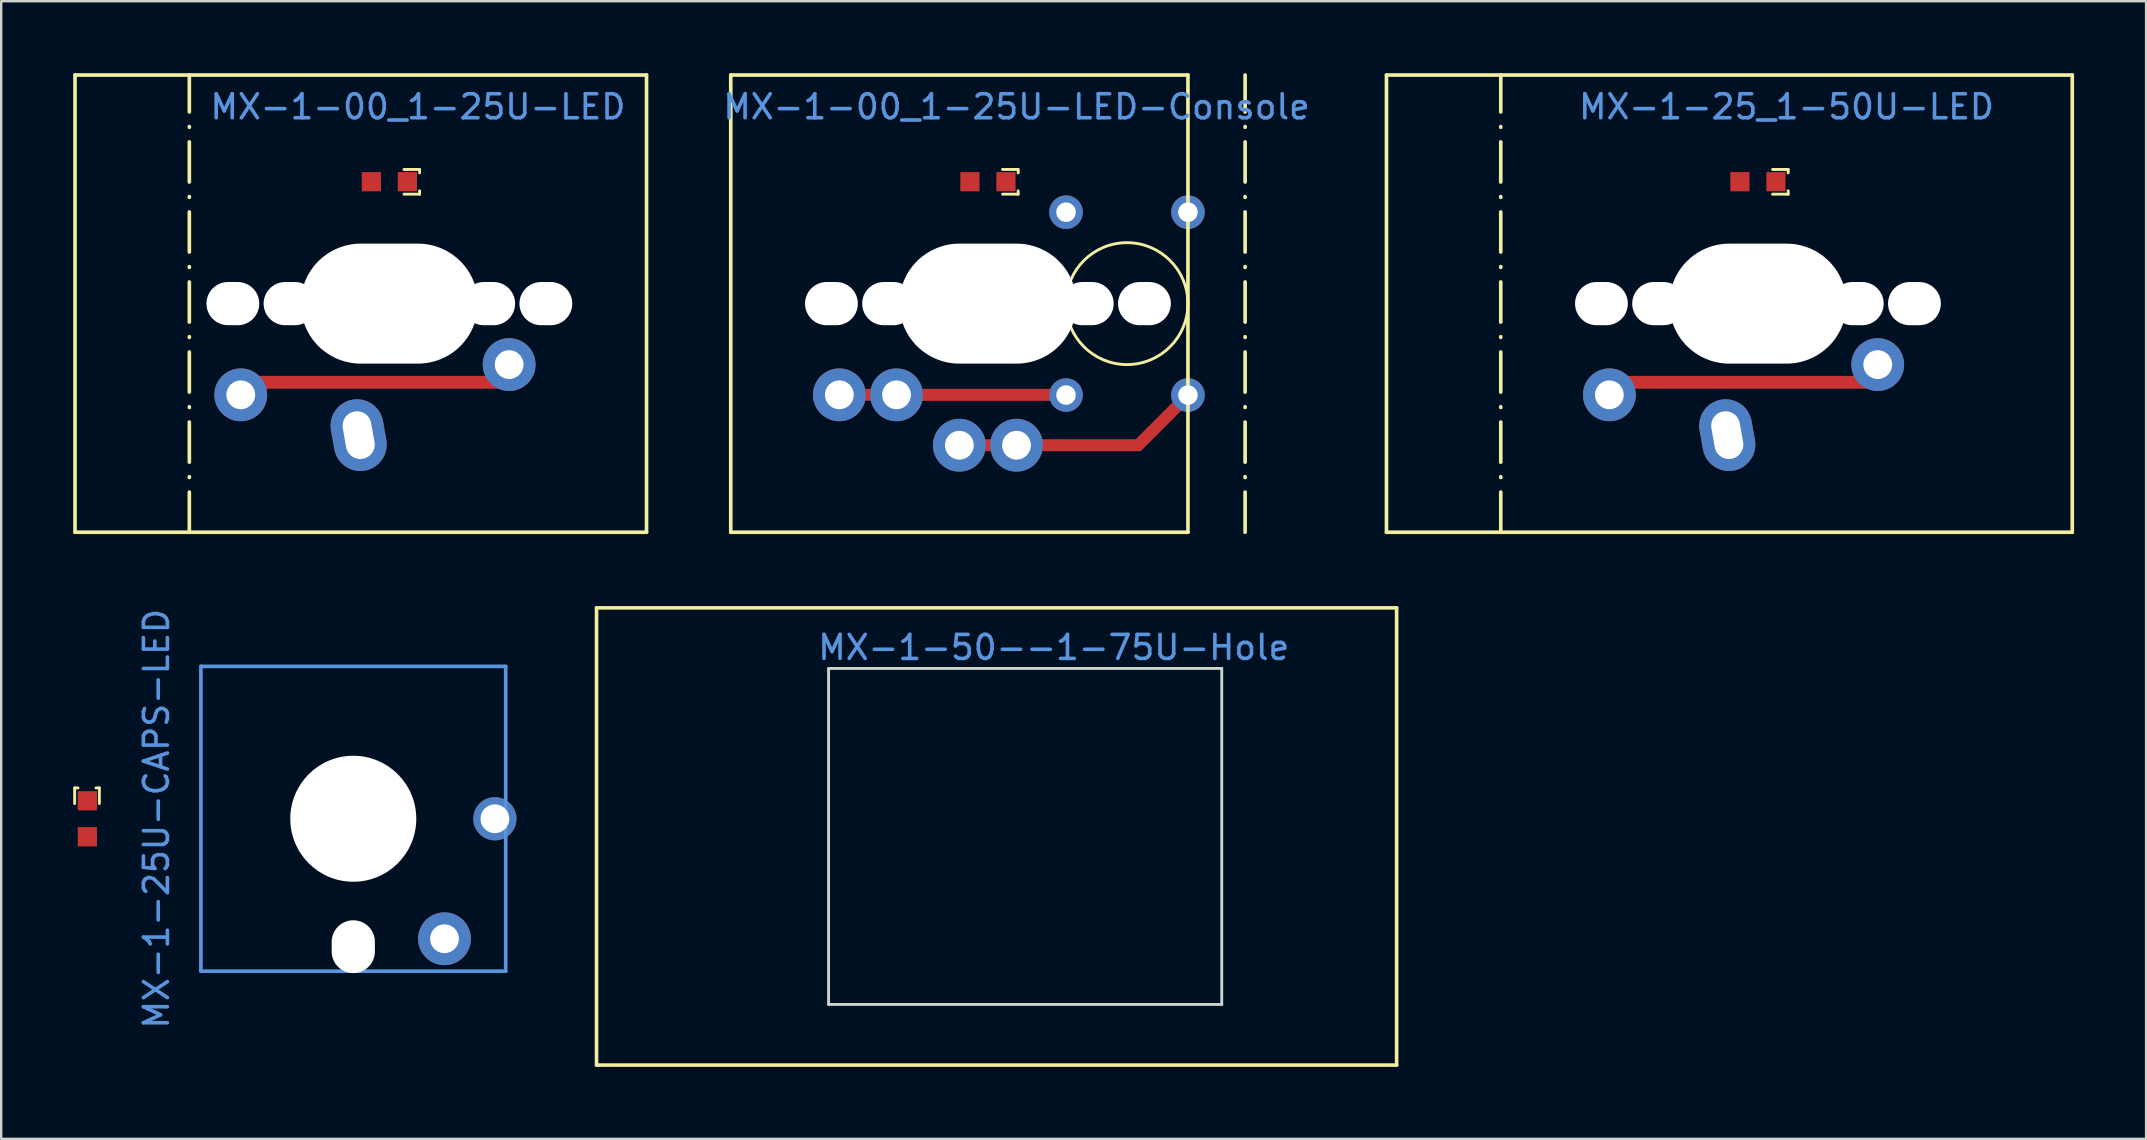
<source format=kicad_pcb>
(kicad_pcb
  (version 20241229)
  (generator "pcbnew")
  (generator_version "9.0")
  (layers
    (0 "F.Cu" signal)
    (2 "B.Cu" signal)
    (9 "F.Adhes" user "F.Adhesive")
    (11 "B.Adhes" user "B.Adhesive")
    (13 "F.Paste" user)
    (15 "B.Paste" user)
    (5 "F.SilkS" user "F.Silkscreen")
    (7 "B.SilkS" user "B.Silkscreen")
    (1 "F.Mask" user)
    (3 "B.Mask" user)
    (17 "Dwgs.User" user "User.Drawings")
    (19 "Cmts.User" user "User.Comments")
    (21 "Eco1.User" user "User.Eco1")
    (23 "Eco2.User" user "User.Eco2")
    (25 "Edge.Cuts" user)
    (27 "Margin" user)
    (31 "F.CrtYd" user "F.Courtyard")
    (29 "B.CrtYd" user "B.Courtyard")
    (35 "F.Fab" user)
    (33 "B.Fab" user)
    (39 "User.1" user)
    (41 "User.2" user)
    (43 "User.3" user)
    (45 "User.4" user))
  (footprint "MX-1-25U-CAPS-LED"
    (layer "F.Cu")
    (at 0.59 31.065)
    (property "Reference" "MX-1-25U-CAPS-LED" (at 2.88 0 90) (layer "Cmts.User") (effects (font (size 1 1) (thickness 0.15))))
    (fp_line (start -0.53 -1.285) (end -0.39 -1.285) (stroke (width 0.12) (type solid)) (layer "F.SilkS"))
    (fp_line (start -0.53 -0.635) (end -0.53 -1.285) (stroke (width 0.12) (type solid)) (layer "F.SilkS"))
    (fp_line (start 0.5 -1.285) (end 0.36 -1.285) (stroke (width 0.12) (type solid)) (layer "F.SilkS"))
    (fp_line (start 0.5 -0.635) (end 0.5 -1.285) (stroke (width 0.12) (type solid)) (layer "F.SilkS"))
    (fp_line (start 4.73 -6.35) (end 17.43 -6.35) (stroke (width 0.152) (type solid)) (layer "Cmts.User"))
    (fp_line (start 4.73 6.35) (end 4.73 -6.35) (stroke (width 0.152) (type solid)) (layer "Cmts.User"))
    (fp_line (start 17.43 -6.35) (end 17.43 6.35) (stroke (width 0.152) (type solid)) (layer "Cmts.User"))
    (fp_line (start 17.43 6.35) (end 4.73 6.35) (stroke (width 0.152) (type solid)) (layer "Cmts.User"))
    (fp_line (start 4.095 -6.985) (end 5.075 -6.985) (stroke (width 0.152) (type solid)) (layer "Eco2.User"))
    (fp_line (start 4.095 6.985) (end 4.095 -6.985) (stroke (width 0.152) (type solid)) (layer "Eco2.User"))
    (fp_line (start 5.075 -7.798) (end 8.576 -7.798) (stroke (width 0.152) (type solid)) (layer "Eco2.User"))
    (fp_line (start 5.075 -6.985) (end 5.075 -7.798) (stroke (width 0.152) (type solid)) (layer "Eco2.User"))
    (fp_line (start 5.075 6.985) (end 4.095 6.985) (stroke (width 0.152) (type solid)) (layer "Eco2.User"))
    (fp_line (start 5.075 7.798) (end 5.075 6.985) (stroke (width 0.152) (type solid)) (layer "Eco2.User"))
    (fp_line (start 8.576 -7.798) (end 8.576 -6.985) (stroke (width 0.152) (type solid)) (layer "Eco2.User"))
    (fp_line (start 8.576 -6.985) (end 13.584 -6.985) (stroke (width 0.152) (type solid)) (layer "Eco2.User"))
    (fp_line (start 8.576 6.985) (end 8.576 7.798) (stroke (width 0.152) (type solid)) (layer "Eco2.User"))
    (fp_line (start 8.576 7.798) (end 5.075 7.798) (stroke (width 0.152) (type solid)) (layer "Eco2.User"))
    (fp_line (start 13.584 -7.798) (end 17.085 -7.798) (stroke (width 0.152) (type solid)) (layer "Eco2.User"))
    (fp_line (start 13.584 -6.985) (end 13.584 -7.798) (stroke (width 0.152) (type solid)) (layer "Eco2.User"))
    (fp_line (start 13.584 6.985) (end 8.576 6.985) (stroke (width 0.152) (type solid)) (layer "Eco2.User"))
    (fp_line (start 13.584 7.798) (end 13.584 6.985) (stroke (width 0.152) (type solid)) (layer "Eco2.User"))
    (fp_line (start 17.085 -7.798) (end 17.085 -6.985) (stroke (width 0.152) (type solid)) (layer "Eco2.User"))
    (fp_line (start 17.085 -6.985) (end 18.065 -6.985) (stroke (width 0.152) (type solid)) (layer "Eco2.User"))
    (fp_line (start 17.085 6.985) (end 17.085 7.798) (stroke (width 0.152) (type solid)) (layer "Eco2.User"))
    (fp_line (start 17.085 7.798) (end 13.584 7.798) (stroke (width 0.152) (type solid)) (layer "Eco2.User"))
    (fp_line (start 18.065 -6.985) (end 18.065 6.985) (stroke (width 0.152) (type solid)) (layer "Eco2.User"))
    (fp_line (start 18.065 6.985) (end 17.085 6.985) (stroke (width 0.152) (type solid)) (layer "Eco2.User"))
    (pad "" np_thru_hole circle (at 11.08 0 270) (size 5.25 5.25) (drill 5.25) (layers "*.Cu" "*.Mask"))
    (pad "" np_thru_hole oval (at 11.08 5.33) (size 1.8 2.2) (drill oval 1.8 2.2) (layers "*.Cu" "*.Mask"))
    (pad "1" thru_hole circle (at 16.98 0 180) (size 1.8 1.8) (drill 1.2) (layers "*.Cu" "*.Mask"))
    (pad "2" thru_hole circle (at 14.88 5) (size 2.2 2.2) (drill 1.2) (layers "*.Cu" "*.Mask"))
    (pad "3" smd rect (at 0 -0.75 180) (size 0.8 0.8) (layers "F.Cu" "F.Mask" "F.Paste"))
    (pad "4" smd rect (at 0 0.75 90) (size 0.8 0.8) (layers "F.Cu" "F.Mask" "F.Paste")))
  (footprint "MX-1-25_1-50U-LED"
    (layer "F.Cu")
    (at 70.198 4.521)
    (property "Reference" "MX-1-25_1-50U-LED" (at 1.191 -3.12 0) (layer "Cmts.User") (effects (font (size 1 1) (thickness 0.15))))
    (fp_line (start -15.478 -4.445) (end 13.097 -4.445) (stroke (width 0.152) (type solid)) (layer "F.SilkS"))
    (fp_line (start -15.478 14.605) (end -15.478 -4.445) (stroke (width 0.152) (type solid)) (layer "F.SilkS"))
    (fp_line (start -10.716 14.605) (end -10.716 -4.445) (stroke (width 0.152) (type dash_dot)) (layer "F.SilkS"))
    (fp_line (start 0.61 -0.51) (end 1.26 -0.51) (stroke (width 0.12) (type solid)) (layer "F.SilkS"))
    (fp_line (start 0.61 0.52) (end 1.26 0.52) (stroke (width 0.12) (type solid)) (layer "F.SilkS"))
    (fp_line (start 1.26 -0.51) (end 1.26 -0.37) (stroke (width 0.12) (type solid)) (layer "F.SilkS"))
    (fp_line (start 1.26 0.52) (end 1.26 0.38) (stroke (width 0.12) (type solid)) (layer "F.SilkS"))
    (fp_line (start 13.097 -4.445) (end 13.097 14.605) (stroke (width 0.152) (type solid)) (layer "F.SilkS"))
    (fp_line (start 13.097 14.605) (end -15.478 14.605) (stroke (width 0.152) (type solid)) (layer "F.SilkS"))
    (pad "" np_thru_hole oval (at -6.521 5.08 270) (size 1.8 2.2) (drill oval 1.8 2.2) (layers "*.Cu" "*.Mask"))
    (pad "" np_thru_hole oval (at -4.139 5.08 270) (size 1.8 2.2) (drill oval 1.8 2.2) (layers "*.Cu" "*.Mask"))
    (pad "" np_thru_hole oval (at 0 5.08) (size 7.381 5) (drill oval 7.381 5) (layers "*.Cu" "*.Mask"))
    (pad "" np_thru_hole oval (at 4.139 5.08 270) (size 1.8 2.2) (drill oval 1.8 2.2) (layers "*.Cu" "*.Mask"))
    (pad "" np_thru_hole oval (at 6.521 5.08 270) (size 1.8 2.2) (drill oval 1.8 2.2) (layers "*.Cu" "*.Mask"))
    (pad "1" thru_hole oval (at -1.279 10.56 280) (size 3 2.2) (drill oval 2 1.2) (layers "*.Cu" "*.Mask"))
    (pad "2" thru_hole circle (at -6.191 8.88 270) (size 2.2 2.2) (drill 1.2) (layers "*.Cu" "*.Mask"))
    (pad "2" smd rect (at -0.531 8.359) (size 10.076 0.537) (layers "F.Cu" "F.Mask" "F.Paste"))
    (pad "2" thru_hole circle (at 4.991 7.62 225) (size 2.2 2.2) (drill 1.2) (layers "*.Cu" "*.Mask"))
    (pad "3" smd rect (at 0.75 0 90) (size 0.8 0.8) (layers "F.Cu" "F.Mask" "F.Paste"))
    (pad "4" smd rect (at -0.75 0 90) (size 0.8 0.8) (layers "F.Cu" "F.Mask" "F.Paste")))
  (footprint "MX-1-00_1-25U-LED-Console"
    (layer "F.Cu")
    (at 38.114 4.521)
    (property "Reference" "MX-1-00_1-25U-LED-Console" (at 1.191 -3.12 0) (layer "Cmts.User") (effects (font (size 1 1) (thickness 0.15))))
    (fp_line (start -10.716 -4.445) (end -10.716 14.605) (stroke (width 0.152) (type solid)) (layer "F.SilkS"))
    (fp_line (start -10.716 14.605) (end 8.334 14.605) (stroke (width 0.152) (type solid)) (layer "F.SilkS"))
    (fp_line (start 0.61 -0.51) (end 1.26 -0.51) (stroke (width 0.12) (type solid)) (layer "F.SilkS"))
    (fp_line (start 0.61 0.52) (end 1.26 0.52) (stroke (width 0.12) (type solid)) (layer "F.SilkS"))
    (fp_line (start 1.26 -0.51) (end 1.26 -0.37) (stroke (width 0.12) (type solid)) (layer "F.SilkS"))
    (fp_line (start 1.26 0.52) (end 1.26 0.38) (stroke (width 0.12) (type solid)) (layer "F.SilkS"))
    (fp_line (start 8.334 -4.445) (end -10.716 -4.445) (stroke (width 0.152) (type solid)) (layer "F.SilkS"))
    (fp_line (start 8.334 14.605) (end 8.334 -4.445) (stroke (width 0.152) (type solid)) (layer "F.SilkS"))
    (fp_line (start 10.716 14.605) (end 10.716 -4.445) (stroke (width 0.152) (type dash_dot)) (layer "F.SilkS"))
    (fp_circle (center 5.794 5.08) (end 3.254 5.08) (stroke (width 0.12) (type solid)) (fill no) (layer "F.SilkS"))
    (pad "" np_thru_hole oval (at -6.521 5.08 270) (size 1.8 2.2) (drill oval 1.8 2.2) (layers "*.Cu" "*.Mask"))
    (pad "" np_thru_hole oval (at -4.139 5.08 270) (size 1.8 2.2) (drill oval 1.8 2.2) (layers "*.Cu" "*.Mask"))
    (pad "" np_thru_hole oval (at 0 5.08) (size 7.381 5) (drill oval 7.381 5) (layers "*.Cu" "*.Mask"))
    (pad "" thru_hole circle (at 3.254 1.27 90) (size 1.397 1.397) (drill 0.813) (layers "*.Cu" "*.Mask"))
    (pad "" np_thru_hole oval (at 4.139 5.08 270) (size 1.8 2.2) (drill oval 1.8 2.2) (layers "*.Cu" "*.Mask"))
    (pad "" np_thru_hole oval (at 6.521 5.08 270) (size 1.8 2.2) (drill oval 1.8 2.2) (layers "*.Cu" "*.Mask"))
    (pad "" thru_hole circle (at 8.334 1.27 90) (size 1.397 1.397) (drill 0.813) (layers "*.Cu" "*.Mask"))
    (pad "1" thru_hole circle (at -1.191 10.98 90) (size 2.2 2.2) (drill 1.2) (layers "*.Cu" "*.Mask"))
    (pad "1" thru_hole circle (at 1.191 10.98 90) (size 2.2 2.2) (drill 1.2) (layers "*.Cu" "*.Mask"))
    (pad "1" smd rect (at 2.87 10.98 90) (size 0.5 7) (layers "F.Cu" "F.Mask" "F.Paste"))
    (pad "1" smd rect (at 7.25 9.99 315) (size 0.5 3) (layers "F.Cu" "F.Mask" "F.Paste"))
    (pad "1" thru_hole circle (at 8.334 8.89 90) (size 1.397 1.397) (drill 0.813) (layers "*.Cu" "*.Mask"))
    (pad "2" thru_hole circle (at -6.191 8.88 270) (size 2.2 2.2) (drill 1.2) (layers "*.Cu" "*.Mask"))
    (pad "2" thru_hole circle (at -3.809 8.88 270) (size 2.2 2.2) (drill 1.2) (layers "*.Cu" "*.Mask"))
    (pad "2" smd rect (at -1.61 8.88 90) (size 0.5 10) (layers "F.Cu" "F.Mask" "F.Paste"))
    (pad "2" thru_hole circle (at 3.254 8.89 90) (size 1.397 1.397) (drill 0.813) (layers "*.Cu" "*.Mask"))
    (pad "3" smd rect (at 0.75 0 90) (size 0.8 0.8) (layers "F.Cu" "F.Mask" "F.Paste"))
    (pad "4" smd rect (at -0.75 0 90) (size 0.8 0.8) (layers "F.Cu" "F.Mask" "F.Paste")))
  (footprint "MX-1-50--1-75U-Hole"
    (layer "F.Cu")
    (at 40.856 31.802)
    (property "Reference" "MX-1-50--1-75U-Hole" (at 0 -7.874 0) (layer "Cmts.User") (effects (font (size 1 1) (thickness 0.15))))
    (attr through_hole)
    (fp_line (start -19.05 -9.525) (end 14.287 -9.525) (stroke (width 0.15) (type solid)) (layer "F.SilkS"))
    (fp_line (start -19.05 9.525) (end -19.05 -9.525) (stroke (width 0.15) (type solid)) (layer "F.SilkS"))
    (fp_line (start 14.287 -9.525) (end 14.287 9.525) (stroke (width 0.15) (type solid)) (layer "F.SilkS"))
    (fp_line (start 14.287 9.525) (end -19.05 9.525) (stroke (width 0.15) (type solid)) (layer "F.SilkS"))
    (fp_line (start -9.381 -7) (end -9.381 7) (stroke (width 0.12) (type solid)) (layer "Edge.Cuts"))
    (fp_line (start -9.381 -7) (end 7 -7) (stroke (width 0.12) (type solid)) (layer "Edge.Cuts"))
    (fp_line (start -9.381 7) (end 7 7) (stroke (width 0.12) (type solid)) (layer "Edge.Cuts"))
    (fp_line (start 7 -7) (end 7 7) (stroke (width 0.12) (type solid)) (layer "Edge.Cuts")))
  (footprint "MX-1-00_1-25U-LED"
    (layer "F.Cu")
    (at 13.173 4.521)
    (property "Reference" "MX-1-00_1-25U-LED" (at 1.191 -3.12 0) (layer "Cmts.User") (effects (font (size 1 1) (thickness 0.15))))
    (fp_line (start -13.097 -4.445) (end 10.716 -4.445) (stroke (width 0.152) (type solid)) (layer "F.SilkS"))
    (fp_line (start -13.097 14.605) (end -13.097 -4.445) (stroke (width 0.152) (type solid)) (layer "F.SilkS"))
    (fp_line (start -8.334 14.605) (end -8.334 -4.445) (stroke (width 0.152) (type dash_dot)) (layer "F.SilkS"))
    (fp_line (start 0.61 -0.51) (end 1.26 -0.51) (stroke (width 0.12) (type solid)) (layer "F.SilkS"))
    (fp_line (start 0.61 0.52) (end 1.26 0.52) (stroke (width 0.12) (type solid)) (layer "F.SilkS"))
    (fp_line (start 1.26 -0.51) (end 1.26 -0.37) (stroke (width 0.12) (type solid)) (layer "F.SilkS"))
    (fp_line (start 1.26 0.52) (end 1.26 0.38) (stroke (width 0.12) (type solid)) (layer "F.SilkS"))
    (fp_line (start 10.716 -4.445) (end 10.716 14.605) (stroke (width 0.152) (type solid)) (layer "F.SilkS"))
    (fp_line (start 10.716 14.605) (end -13.097 14.605) (stroke (width 0.152) (type solid)) (layer "F.SilkS"))
    (pad "" np_thru_hole oval (at -6.521 5.08 270) (size 1.8 2.2) (drill oval 1.8 2.2) (layers "*.Cu" "*.Mask"))
    (pad "" np_thru_hole oval (at -4.139 5.08 270) (size 1.8 2.2) (drill oval 1.8 2.2) (layers "*.Cu" "*.Mask"))
    (pad "" np_thru_hole oval (at 0 5.08) (size 7.381 5) (drill oval 7.381 5) (layers "*.Cu" "*.Mask"))
    (pad "" np_thru_hole oval (at 4.139 5.08 270) (size 1.8 2.2) (drill oval 1.8 2.2) (layers "*.Cu" "*.Mask"))
    (pad "" np_thru_hole oval (at 6.521 5.08 270) (size 1.8 2.2) (drill oval 1.8 2.2) (layers "*.Cu" "*.Mask"))
    (pad "1" thru_hole oval (at -1.279 10.56 280) (size 3 2.2) (drill oval 2 1.2) (layers "*.Cu" "*.Mask"))
    (pad "2" thru_hole circle (at -6.191 8.88 270) (size 2.2 2.2) (drill 1.2) (layers "*.Cu" "*.Mask"))
    (pad "2" smd rect (at -0.531 8.359) (size 10.076 0.537) (layers "F.Cu" "F.Mask" "F.Paste"))
    (pad "2" thru_hole circle (at 4.991 7.62 225) (size 2.2 2.2) (drill 1.2) (layers "*.Cu" "*.Mask"))
    (pad "3" smd rect (at 0.75 0 90) (size 0.8 0.8) (layers "F.Cu" "F.Mask" "F.Paste"))
    (pad "4" smd rect (at -0.75 0 90) (size 0.8 0.8) (layers "F.Cu" "F.Mask" "F.Paste")))
  (gr_rect
    (start -3 -3)
    (end 86.371 44.402)
    (stroke (width 0.1) (type default))
    (fill no)
    (layer "Edge.Cuts")))
</source>
